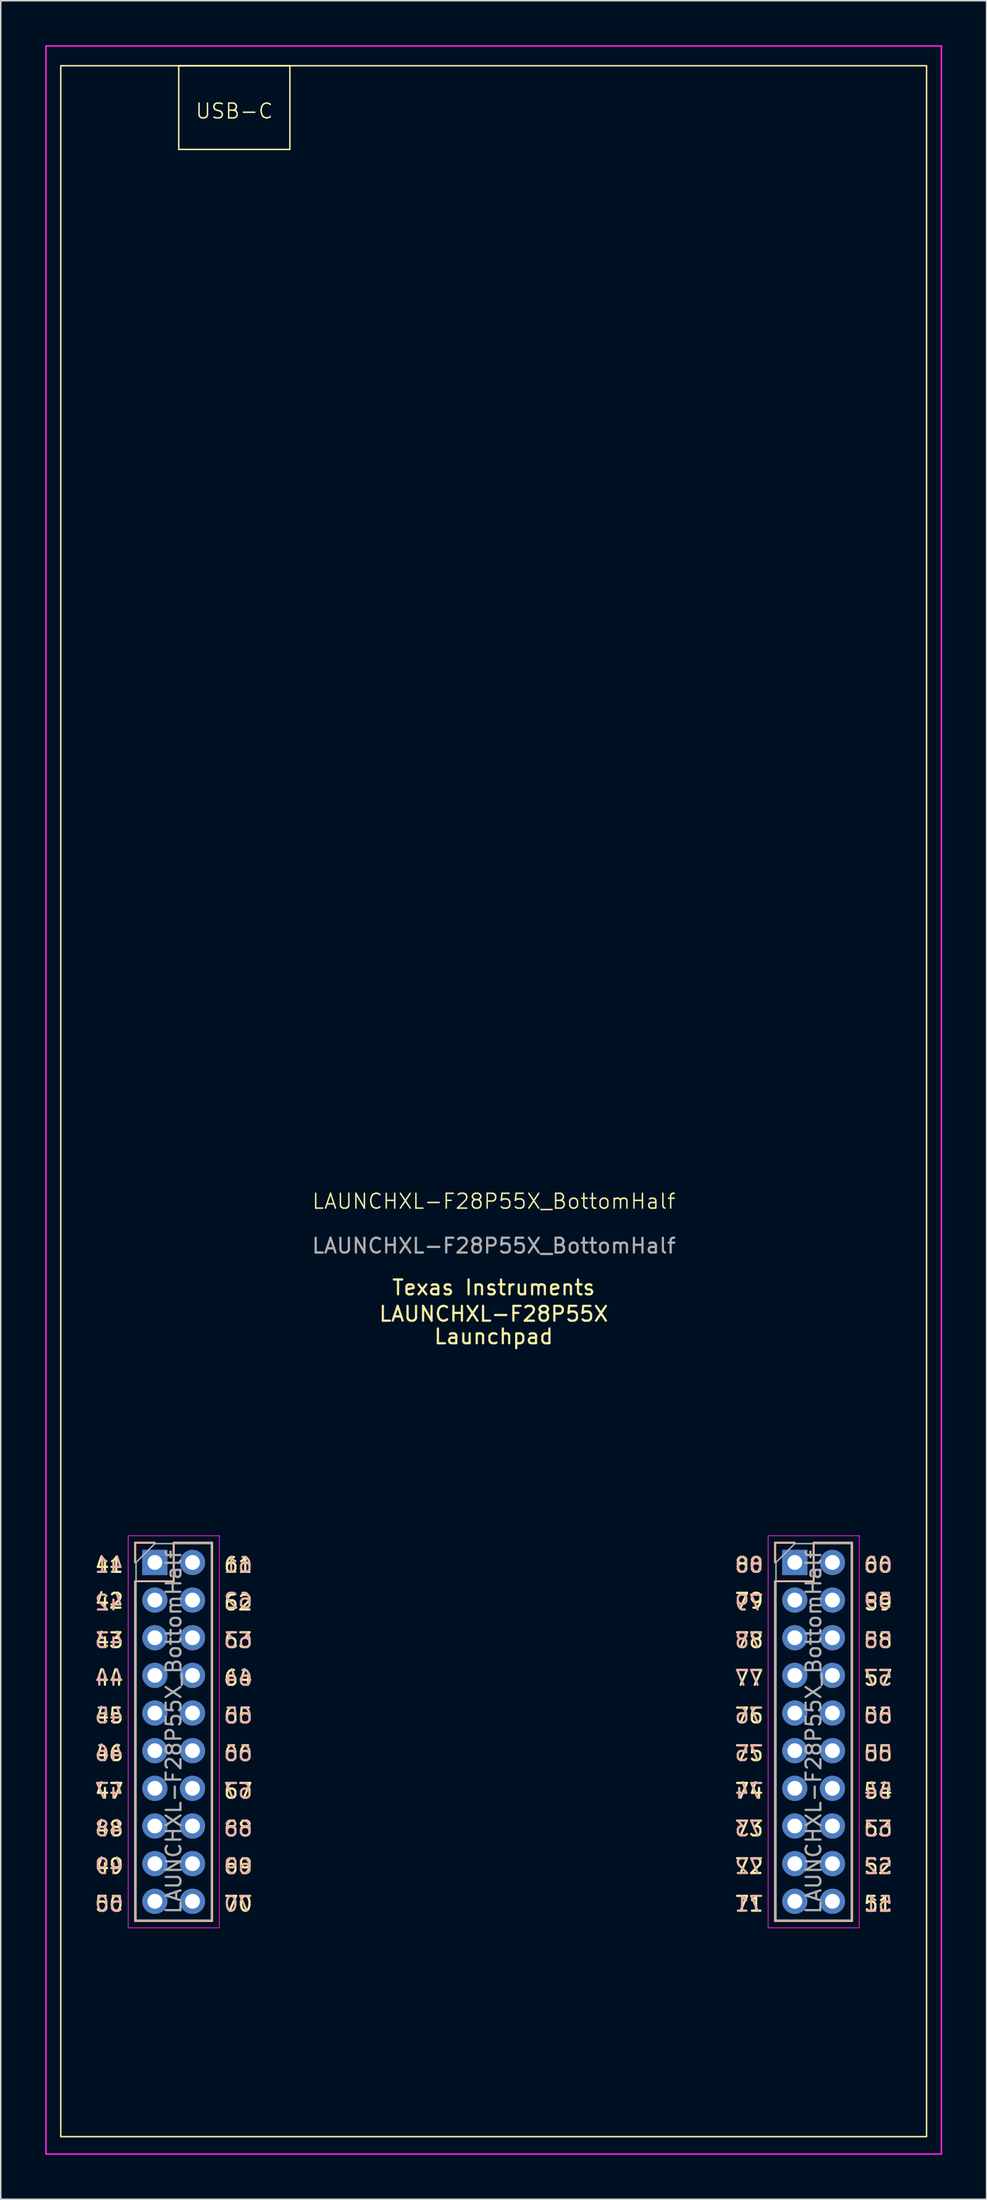
<source format=kicad_pcb>
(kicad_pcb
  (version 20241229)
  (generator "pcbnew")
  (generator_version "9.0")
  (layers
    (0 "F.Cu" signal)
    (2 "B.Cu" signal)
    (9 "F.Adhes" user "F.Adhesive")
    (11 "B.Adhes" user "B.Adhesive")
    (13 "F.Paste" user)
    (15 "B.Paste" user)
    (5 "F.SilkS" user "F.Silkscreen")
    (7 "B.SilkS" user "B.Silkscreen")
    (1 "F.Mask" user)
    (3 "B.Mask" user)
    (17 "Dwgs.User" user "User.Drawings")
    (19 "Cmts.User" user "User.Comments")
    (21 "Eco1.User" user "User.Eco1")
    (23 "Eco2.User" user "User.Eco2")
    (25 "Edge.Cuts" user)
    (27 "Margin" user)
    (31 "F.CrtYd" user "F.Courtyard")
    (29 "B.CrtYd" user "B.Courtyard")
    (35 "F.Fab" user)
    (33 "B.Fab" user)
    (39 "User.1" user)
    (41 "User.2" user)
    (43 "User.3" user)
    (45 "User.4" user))
  (footprint "LAUNCHXL-F28P55X_BottomHalf"
    (layer "F.Cu")
    (at 30.26 82.03)
    (property "Reference" "LAUNCHXL-F28P55X_BottomHalf" (at 0.015 -4.04 0) (unlocked yes) (layer "F.SilkS") (effects (font (size 1 1) (thickness 0.1))))
    (attr through_hole)
    (fp_line (start -24.19 18.99) (end -22.86 18.99) (stroke (width 0.12) (type solid)) (layer "F.SilkS"))
    (fp_line (start -24.19 20.32) (end -24.19 18.99) (stroke (width 0.12) (type solid)) (layer "F.SilkS"))
    (fp_line (start -24.19 21.59) (end -24.19 44.51) (stroke (width 0.12) (type solid)) (layer "F.SilkS"))
    (fp_line (start -24.19 21.59) (end -21.59 21.59) (stroke (width 0.12) (type solid)) (layer "F.SilkS"))
    (fp_line (start -24.19 44.51) (end -18.99 44.51) (stroke (width 0.12) (type solid)) (layer "F.SilkS"))
    (fp_line (start -21.59 18.99) (end -18.99 18.99) (stroke (width 0.12) (type solid)) (layer "F.SilkS"))
    (fp_line (start -21.59 21.59) (end -21.59 18.99) (stroke (width 0.12) (type solid)) (layer "F.SilkS"))
    (fp_line (start -18.99 18.99) (end -18.99 44.51) (stroke (width 0.12) (type solid)) (layer "F.SilkS"))
    (fp_line (start 18.99 18.99) (end 20.32 18.99) (stroke (width 0.12) (type solid)) (layer "F.SilkS"))
    (fp_line (start 18.99 20.32) (end 18.99 18.99) (stroke (width 0.12) (type solid)) (layer "F.SilkS"))
    (fp_line (start 18.99 21.59) (end 18.99 44.51) (stroke (width 0.12) (type solid)) (layer "F.SilkS"))
    (fp_line (start 18.99 21.59) (end 21.59 21.59) (stroke (width 0.12) (type solid)) (layer "F.SilkS"))
    (fp_line (start 18.99 44.51) (end 24.19 44.51) (stroke (width 0.12) (type solid)) (layer "F.SilkS"))
    (fp_line (start 21.59 18.99) (end 24.19 18.99) (stroke (width 0.12) (type solid)) (layer "F.SilkS"))
    (fp_line (start 21.59 21.59) (end 21.59 18.99) (stroke (width 0.12) (type solid)) (layer "F.SilkS"))
    (fp_line (start 24.19 18.99) (end 24.19 44.51) (stroke (width 0.12) (type solid)) (layer "F.SilkS"))
    (fp_rect (start -29.21 59.055) (end 29.21 -80.645) (stroke (width 0.1) (type solid)) (fill no) (layer "F.SilkS"))
    (fp_rect (start -21.25 -80.645) (end -13.75 -75) (stroke (width 0.1) (type solid)) (fill no) (layer "F.SilkS"))
    (fp_line (start -24.19 18.99) (end -24.19 20.32) (stroke (width 0.12) (type solid)) (layer "B.SilkS"))
    (fp_line (start -24.19 44.51) (end -24.19 21.59) (stroke (width 0.12) (type solid)) (layer "B.SilkS"))
    (fp_line (start -22.86 18.99) (end -24.19 18.99) (stroke (width 0.12) (type solid)) (layer "B.SilkS"))
    (fp_line (start -21.59 18.99) (end -21.59 21.59) (stroke (width 0.12) (type solid)) (layer "B.SilkS"))
    (fp_line (start -21.59 21.59) (end -24.19 21.59) (stroke (width 0.12) (type solid)) (layer "B.SilkS"))
    (fp_line (start -18.99 18.99) (end -21.59 18.99) (stroke (width 0.12) (type solid)) (layer "B.SilkS"))
    (fp_line (start -18.99 44.51) (end -24.19 44.51) (stroke (width 0.12) (type solid)) (layer "B.SilkS"))
    (fp_line (start -18.99 44.51) (end -18.99 18.99) (stroke (width 0.12) (type solid)) (layer "B.SilkS"))
    (fp_line (start 18.99 18.99) (end 18.99 20.32) (stroke (width 0.12) (type solid)) (layer "B.SilkS"))
    (fp_line (start 18.99 44.51) (end 18.99 21.59) (stroke (width 0.12) (type solid)) (layer "B.SilkS"))
    (fp_line (start 20.32 18.99) (end 18.99 18.99) (stroke (width 0.12) (type solid)) (layer "B.SilkS"))
    (fp_line (start 21.59 18.99) (end 21.59 21.59) (stroke (width 0.12) (type solid)) (layer "B.SilkS"))
    (fp_line (start 21.59 21.59) (end 18.99 21.59) (stroke (width 0.12) (type solid)) (layer "B.SilkS"))
    (fp_line (start 24.19 18.99) (end 21.59 18.99) (stroke (width 0.12) (type solid)) (layer "B.SilkS"))
    (fp_line (start 24.19 44.51) (end 18.99 44.51) (stroke (width 0.12) (type solid)) (layer "B.SilkS"))
    (fp_line (start 24.19 44.51) (end 24.19 18.99) (stroke (width 0.12) (type solid)) (layer "B.SilkS"))
    (fp_line (start -24.66 18.52) (end -24.66 44.97) (stroke (width 0.05) (type solid)) (layer "F.CrtYd"))
    (fp_line (start -24.66 44.97) (end -18.51 44.97) (stroke (width 0.05) (type solid)) (layer "F.CrtYd"))
    (fp_line (start -18.51 18.52) (end -24.66 18.52) (stroke (width 0.05) (type solid)) (layer "F.CrtYd"))
    (fp_line (start -18.51 44.97) (end -18.51 18.52) (stroke (width 0.05) (type solid)) (layer "F.CrtYd"))
    (fp_line (start 18.52 18.52) (end 18.52 44.97) (stroke (width 0.05) (type solid)) (layer "F.CrtYd"))
    (fp_line (start 18.52 44.97) (end 24.67 44.97) (stroke (width 0.05) (type solid)) (layer "F.CrtYd"))
    (fp_line (start 24.67 18.52) (end 18.52 18.52) (stroke (width 0.05) (type solid)) (layer "F.CrtYd"))
    (fp_line (start 24.67 44.97) (end 24.67 18.52) (stroke (width 0.05) (type solid)) (layer "F.CrtYd"))
    (fp_rect (start -30.21 60.23) (end 30.21 -81.98) (stroke (width 0.1) (type solid)) (fill no) (layer "F.CrtYd"))
    (fp_line (start -24.13 20.32) (end -22.86 19.05) (stroke (width 0.1) (type solid)) (layer "F.Fab"))
    (fp_line (start -24.13 44.45) (end -24.13 20.32) (stroke (width 0.1) (type solid)) (layer "F.Fab"))
    (fp_line (start -22.86 19.05) (end -19.05 19.05) (stroke (width 0.1) (type solid)) (layer "F.Fab"))
    (fp_line (start -19.05 19.05) (end -19.05 44.45) (stroke (width 0.1) (type solid)) (layer "F.Fab"))
    (fp_line (start -19.05 44.45) (end -24.13 44.45) (stroke (width 0.1) (type solid)) (layer "F.Fab"))
    (fp_line (start 19.05 20.32) (end 20.32 19.05) (stroke (width 0.1) (type solid)) (layer "F.Fab"))
    (fp_line (start 19.05 44.45) (end 19.05 20.32) (stroke (width 0.1) (type solid)) (layer "F.Fab"))
    (fp_line (start 20.32 19.05) (end 24.13 19.05) (stroke (width 0.1) (type solid)) (layer "F.Fab"))
    (fp_line (start 24.13 19.05) (end 24.13 44.45) (stroke (width 0.1) (type solid)) (layer "F.Fab"))
    (fp_line (start 24.13 44.45) (end 19.05 44.45) (stroke (width 0.1) (type solid)) (layer "F.Fab"))
    (fp_text user "50" (at -24.892 43.942 0) (unlocked yes) (layer "F.SilkS") (effects (font (size 1 1) (thickness 0.15)) (justify right bottom)))
    (fp_text user "Texas Instruments" (at 0 1.778 0) (unlocked yes) (layer "F.SilkS") (effects (font (size 1 1) (thickness 0.15))))
    (fp_text user "LAUNCHXL-F28P55X" (at 0 3.556 0) (unlocked yes) (layer "F.SilkS") (effects (font (size 1 1) (thickness 0.15))))
    (fp_text user "68" (at -18.288 38.862 0) (unlocked yes) (layer "F.SilkS") (effects (font (size 1 1) (thickness 0.15)) (justify left bottom)))
    (fp_text user "67" (at -18.288 36.322 0) (unlocked yes) (layer "F.SilkS") (effects (font (size 1 1) (thickness 0.15)) (justify left bottom)))
    (fp_text user "53" (at 24.892 38.862 0) (unlocked yes) (layer "F.SilkS") (effects (font (size 1 1) (thickness 0.15)) (justify left bottom)))
    (fp_text user "42" (at -24.892 23.5 0) (unlocked yes) (layer "F.SilkS") (effects (font (size 1 1) (thickness 0.15)) (justify right bottom)))
    (fp_text user "72" (at 18.288 41.402 0) (unlocked yes) (layer "F.SilkS") (effects (font (size 1 1) (thickness 0.15)) (justify right bottom)))
    (fp_text user "77" (at 18.288 28.702 0) (unlocked yes) (layer "F.SilkS") (effects (font (size 1 1) (thickness 0.15)) (justify right bottom)))
    (fp_text user "54" (at 24.892 36.322 0) (unlocked yes) (layer "F.SilkS") (effects (font (size 1 1) (thickness 0.15)) (justify left bottom)))
    (fp_text user "61" (at -18.288 21.082 0) (unlocked yes) (layer "F.SilkS") (effects (font (size 1 1) (thickness 0.15)) (justify left bottom)))
    (fp_text user "46" (at -24.892 33.782 0) (unlocked yes) (layer "F.SilkS") (effects (font (size 1 1) (thickness 0.15)) (justify right bottom)))
    (fp_text user "58" (at 24.892 26.162 0) (unlocked yes) (layer "F.SilkS") (effects (font (size 1 1) (thickness 0.15)) (justify left bottom)))
    (fp_text user "USB-C" (at -17.5 -77 0) (unlocked yes) (layer "F.SilkS") (effects (font (size 1 1) (thickness 0.1)) (justify bottom)))
    (fp_text user "43" (at -24.892 26.162 0) (unlocked yes) (layer "F.SilkS") (effects (font (size 1 1) (thickness 0.15)) (justify right bottom)))
    (fp_text user "47" (at -24.892 36.322 0) (unlocked yes) (layer "F.SilkS") (effects (font (size 1 1) (thickness 0.15)) (justify right bottom)))
    (fp_text user "Launchpad" (at 0 5.08 0) (unlocked yes) (layer "F.SilkS") (effects (font (size 1 1) (thickness 0.15))))
    (fp_text user "79" (at 18.288 23.5 0) (unlocked yes) (layer "F.SilkS") (effects (font (size 1 1) (thickness 0.15)) (justify right bottom)))
    (fp_text user "65" (at -18.288 31.242 0) (unlocked yes) (layer "F.SilkS") (effects (font (size 1 1) (thickness 0.15)) (justify left bottom)))
    (fp_text user "52" (at 24.892 41.402 0) (unlocked yes) (layer "F.SilkS") (effects (font (size 1 1) (thickness 0.15)) (justify left bottom)))
    (fp_text user "62" (at -18.288 23.622 0) (unlocked yes) (layer "F.SilkS") (effects (font (size 1 1) (thickness 0.15)) (justify left bottom)))
    (fp_text user "59" (at 24.892 23.622 0) (unlocked yes) (layer "F.SilkS") (effects (font (size 1 1) (thickness 0.15)) (justify left bottom)))
    (fp_text user "78" (at 18.288 26.162 0) (unlocked yes) (layer "F.SilkS") (effects (font (size 1 1) (thickness 0.15)) (justify right bottom)))
    (fp_text user "64" (at -18.288 28.702 0) (unlocked yes) (layer "F.SilkS") (effects (font (size 1 1) (thickness 0.15)) (justify left bottom)))
    (fp_text user "76" (at 18.288 31.242 0) (unlocked yes) (layer "F.SilkS") (effects (font (size 1 1) (thickness 0.15)) (justify right bottom)))
    (fp_text user "73" (at 18.288 38.862 0) (unlocked yes) (layer "F.SilkS") (effects (font (size 1 1) (thickness 0.15)) (justify right bottom)))
    (fp_text user "66" (at -18.288 33.782 0) (unlocked yes) (layer "F.SilkS") (effects (font (size 1 1) (thickness 0.15)) (justify left bottom)))
    (fp_text user "74" (at 18.288 36.322 0) (unlocked yes) (layer "F.SilkS") (effects (font (size 1 1) (thickness 0.15)) (justify right bottom)))
    (fp_text user "55" (at 24.892 33.782 0) (unlocked yes) (layer "F.SilkS") (effects (font (size 1 1) (thickness 0.15)) (justify left bottom)))
    (fp_text user "69" (at -18.288 41.402 0) (unlocked yes) (layer "F.SilkS") (effects (font (size 1 1) (thickness 0.15)) (justify left bottom)))
    (fp_text user "44" (at -24.892 28.702 0) (unlocked yes) (layer "F.SilkS") (effects (font (size 1 1) (thickness 0.15)) (justify right bottom)))
    (fp_text user "63" (at -18.288 26.162 0) (unlocked yes) (layer "F.SilkS") (effects (font (size 1 1) (thickness 0.15)) (justify left bottom)))
    (fp_text user "48" (at -24.892 38.862 0) (unlocked yes) (layer "F.SilkS") (effects (font (size 1 1) (thickness 0.15)) (justify right bottom)))
    (fp_text user "80" (at 18.288 21.082 0) (unlocked yes) (layer "F.SilkS") (effects (font (size 1 1) (thickness 0.15)) (justify right bottom)))
    (fp_text user "75" (at 18.288 33.782 0) (unlocked yes) (layer "F.SilkS") (effects (font (size 1 1) (thickness 0.15)) (justify right bottom)))
    (fp_text user "70" (at -18.288 43.942 0) (unlocked yes) (layer "F.SilkS") (effects (font (size 1 1) (thickness 0.15)) (justify left bottom)))
    (fp_text user "51" (at 24.892 43.942 0) (unlocked yes) (layer "F.SilkS") (effects (font (size 1 1) (thickness 0.15)) (justify left bottom)))
    (fp_text user "41" (at -24.892 21.082 0) (unlocked yes) (layer "F.SilkS") (effects (font (size 1 1) (thickness 0.15)) (justify right bottom)))
    (fp_text user "71" (at 18.288 43.942 0) (unlocked yes) (layer "F.SilkS") (effects (font (size 1 1) (thickness 0.15)) (justify right bottom)))
    (fp_text user "57" (at 24.892 28.702 0) (unlocked yes) (layer "F.SilkS") (effects (font (size 1 1) (thickness 0.15)) (justify left bottom)))
    (fp_text user "49" (at -24.892 41.402 0) (unlocked yes) (layer "F.SilkS") (effects (font (size 1 1) (thickness 0.15)) (justify right bottom)))
    (fp_text user "60" (at 24.892 21.082 0) (unlocked yes) (layer "F.SilkS") (effects (font (size 1 1) (thickness 0.15)) (justify left bottom)))
    (fp_text user "45" (at -24.892 31.242 0) (unlocked yes) (layer "F.SilkS") (effects (font (size 1 1) (thickness 0.15)) (justify right bottom)))
    (fp_text user "56" (at 24.892 31.242 0) (unlocked yes) (layer "F.SilkS") (effects (font (size 1 1) (thickness 0.15)) (justify left bottom)))
    (fp_text user "60" (at 24.892 21.082 0) (unlocked yes) (layer "B.SilkS") (effects (font (size 1 1) (thickness 0.15)) (justify right bottom mirror)))
    (fp_text user "73" (at 18.288 38.862 0) (unlocked yes) (layer "B.SilkS") (effects (font (size 1 1) (thickness 0.15)) (justify left bottom mirror)))
    (fp_text user "41" (at -24.892 21.082 0) (unlocked yes) (layer "B.SilkS") (effects (font (size 1 1) (thickness 0.15)) (justify left bottom mirror)))
    (fp_text user "71" (at 18.288 43.942 0) (unlocked yes) (layer "B.SilkS") (effects (font (size 1 1) (thickness 0.15)) (justify left bottom mirror)))
    (fp_text user "76" (at 18.288 31.242 0) (unlocked yes) (layer "B.SilkS") (effects (font (size 1 1) (thickness 0.15)) (justify left bottom mirror)))
    (fp_text user "65" (at -18.288 31.242 0) (unlocked yes) (layer "B.SilkS") (effects (font (size 1 1) (thickness 0.15)) (justify right bottom mirror)))
    (fp_text user "78" (at 18.288 26.162 0) (unlocked yes) (layer "B.SilkS") (effects (font (size 1 1) (thickness 0.15)) (justify left bottom mirror)))
    (fp_text user "66" (at -18.288 33.782 0) (unlocked yes) (layer "B.SilkS") (effects (font (size 1 1) (thickness 0.15)) (justify right bottom mirror)))
    (fp_text user "61" (at -18.288 21.082 0) (unlocked yes) (layer "B.SilkS") (effects (font (size 1 1) (thickness 0.15)) (justify right bottom mirror)))
    (fp_text user "63" (at -18.288 26.162 0) (unlocked yes) (layer "B.SilkS") (effects (font (size 1 1) (thickness 0.15)) (justify right bottom mirror)))
    (fp_text user "77" (at 18.288 28.702 0) (unlocked yes) (layer "B.SilkS") (effects (font (size 1 1) (thickness 0.15)) (justify left bottom mirror)))
    (fp_text user "44" (at -24.892 28.702 0) (unlocked yes) (layer "B.SilkS") (effects (font (size 1 1) (thickness 0.15)) (justify left bottom mirror)))
    (fp_text user "49" (at -24.892 41.402 0) (unlocked yes) (layer "B.SilkS") (effects (font (size 1 1) (thickness 0.15)) (justify left bottom mirror)))
    (fp_text user "70" (at -18.288 43.942 0) (unlocked yes) (layer "B.SilkS") (effects (font (size 1 1) (thickness 0.15)) (justify right bottom mirror)))
    (fp_text user "53" (at 24.892 38.862 0) (unlocked yes) (layer "B.SilkS") (effects (font (size 1 1) (thickness 0.15)) (justify right bottom mirror)))
    (fp_text user "43" (at -24.892 26.162 0) (unlocked yes) (layer "B.SilkS") (effects (font (size 1 1) (thickness 0.15)) (justify left bottom mirror)))
    (fp_text user "45" (at -24.892 31.242 0) (unlocked yes) (layer "B.SilkS") (effects (font (size 1 1) (thickness 0.15)) (justify left bottom mirror)))
    (fp_text user "50" (at -24.892 43.942 0) (unlocked yes) (layer "B.SilkS") (effects (font (size 1 1) (thickness 0.15)) (justify left bottom mirror)))
    (fp_text user "74" (at 18.288 36.322 0) (unlocked yes) (layer "B.SilkS") (effects (font (size 1 1) (thickness 0.15)) (justify left bottom mirror)))
    (fp_text user "54" (at 24.892 36.322 0) (unlocked yes) (layer "B.SilkS") (effects (font (size 1 1) (thickness 0.15)) (justify right bottom mirror)))
    (fp_text user "51" (at 24.892 43.942 0) (unlocked yes) (layer "B.SilkS") (effects (font (size 1 1) (thickness 0.15)) (justify right bottom mirror)))
    (fp_text user "59" (at 24.892 23.5 0) (unlocked yes) (layer "B.SilkS") (effects (font (size 1 1) (thickness 0.15)) (justify right bottom mirror)))
    (fp_text user "52" (at 24.892 41.402 0) (unlocked yes) (layer "B.SilkS") (effects (font (size 1 1) (thickness 0.15)) (justify right bottom mirror)))
    (fp_text user "79" (at 18.288 23.622 0) (unlocked yes) (layer "B.SilkS") (effects (font (size 1 1) (thickness 0.15)) (justify left bottom mirror)))
    (fp_text user "69" (at -18.288 41.402 0) (unlocked yes) (layer "B.SilkS") (effects (font (size 1 1) (thickness 0.15)) (justify right bottom mirror)))
    (fp_text user "75" (at 18.288 33.782 0) (unlocked yes) (layer "B.SilkS") (effects (font (size 1 1) (thickness 0.15)) (justify left bottom mirror)))
    (fp_text user "55" (at 24.892 33.782 0) (unlocked yes) (layer "B.SilkS") (effects (font (size 1 1) (thickness 0.15)) (justify right bottom mirror)))
    (fp_text user "57" (at 24.892 28.702 0) (unlocked yes) (layer "B.SilkS") (effects (font (size 1 1) (thickness 0.15)) (justify right bottom mirror)))
    (fp_text user "67" (at -18.288 36.322 0) (unlocked yes) (layer "B.SilkS") (effects (font (size 1 1) (thickness 0.15)) (justify right bottom mirror)))
    (fp_text user "42" (at -24.892 23.622 0) (unlocked yes) (layer "B.SilkS") (effects (font (size 1 1) (thickness 0.15)) (justify left bottom mirror)))
    (fp_text user "68" (at -18.288 38.862 0) (unlocked yes) (layer "B.SilkS") (effects (font (size 1 1) (thickness 0.15)) (justify right bottom mirror)))
    (fp_text user "58" (at 24.892 26.162 0) (unlocked yes) (layer "B.SilkS") (effects (font (size 1 1) (thickness 0.15)) (justify right bottom mirror)))
    (fp_text user "72" (at 18.288 41.402 0) (unlocked yes) (layer "B.SilkS") (effects (font (size 1 1) (thickness 0.15)) (justify left bottom mirror)))
    (fp_text user "62" (at -18.288 23.5 0) (unlocked yes) (layer "B.SilkS") (effects (font (size 1 1) (thickness 0.15)) (justify right bottom mirror)))
    (fp_text user "48" (at -24.892 38.862 0) (unlocked yes) (layer "B.SilkS") (effects (font (size 1 1) (thickness 0.15)) (justify left bottom mirror)))
    (fp_text user "80" (at 18.288 21.082 0) (unlocked yes) (layer "B.SilkS") (effects (font (size 1 1) (thickness 0.15)) (justify left bottom mirror)))
    (fp_text user "64" (at -18.288 28.702 0) (unlocked yes) (layer "B.SilkS") (effects (font (size 1 1) (thickness 0.15)) (justify right bottom mirror)))
    (fp_text user "56" (at 24.892 31.242 0) (unlocked yes) (layer "B.SilkS") (effects (font (size 1 1) (thickness 0.15)) (justify right bottom mirror)))
    (fp_text user "47" (at -24.892 36.322 0) (unlocked yes) (layer "B.SilkS") (effects (font (size 1 1) (thickness 0.15)) (justify left bottom mirror)))
    (fp_text user "46" (at -24.892 33.782 0) (unlocked yes) (layer "B.SilkS") (effects (font (size 1 1) (thickness 0.15)) (justify left bottom mirror)))
    (fp_text user "${REFERENCE}" (at 21.59 31.75 270) (layer "F.Fab") (effects (font (size 1 1) (thickness 0.15))))
    (fp_text user "${REFERENCE}" (at 0.015 -1.04 0) (unlocked yes) (layer "F.Fab") (effects (font (size 1 1) (thickness 0.15))))
    (fp_text user "${REFERENCE}" (at -21.59 31.75 270) (layer "F.Fab") (effects (font (size 1 1) (thickness 0.15))))
    (pad "41" thru_hole rect (at -22.86 20.32) (size 1.7 1.7) (drill 1) (layers "*.Cu" "*.Mask"))
    (pad "42" thru_hole oval (at -22.86 22.86) (size 1.7 1.7) (drill 1) (layers "*.Cu" "*.Mask"))
    (pad "43" thru_hole oval (at -22.86 25.4) (size 1.7 1.7) (drill 1) (layers "*.Cu" "*.Mask"))
    (pad "44" thru_hole oval (at -22.86 27.94) (size 1.7 1.7) (drill 1) (layers "*.Cu" "*.Mask"))
    (pad "45" thru_hole oval (at -22.86 30.48) (size 1.7 1.7) (drill 1) (layers "*.Cu" "*.Mask"))
    (pad "46" thru_hole oval (at -22.86 33.02) (size 1.7 1.7) (drill 1) (layers "*.Cu" "*.Mask"))
    (pad "47" thru_hole oval (at -22.86 35.56) (size 1.7 1.7) (drill 1) (layers "*.Cu" "*.Mask"))
    (pad "48" thru_hole oval (at -22.86 38.1) (size 1.7 1.7) (drill 1) (layers "*.Cu" "*.Mask"))
    (pad "49" thru_hole oval (at -22.86 40.64) (size 1.7 1.7) (drill 1) (layers "*.Cu" "*.Mask"))
    (pad "50" thru_hole oval (at -22.86 43.18) (size 1.7 1.7) (drill 1) (layers "*.Cu" "*.Mask"))
    (pad "51" thru_hole oval (at 22.86 43.18) (size 1.7 1.7) (drill 1) (layers "*.Cu" "*.Mask"))
    (pad "52" thru_hole oval (at 22.86 40.64) (size 1.7 1.7) (drill 1) (layers "*.Cu" "*.Mask"))
    (pad "53" thru_hole oval (at 22.86 38.1) (size 1.7 1.7) (drill 1) (layers "*.Cu" "*.Mask"))
    (pad "54" thru_hole oval (at 22.86 35.56) (size 1.7 1.7) (drill 1) (layers "*.Cu" "*.Mask"))
    (pad "55" thru_hole oval (at 22.86 33.02) (size 1.7 1.7) (drill 1) (layers "*.Cu" "*.Mask"))
    (pad "56" thru_hole oval (at 22.86 30.48) (size 1.7 1.7) (drill 1) (layers "*.Cu" "*.Mask"))
    (pad "57" thru_hole oval (at 22.86 27.94) (size 1.7 1.7) (drill 1) (layers "*.Cu" "*.Mask"))
    (pad "58" thru_hole oval (at 22.86 25.4) (size 1.7 1.7) (drill 1) (layers "*.Cu" "*.Mask"))
    (pad "59" thru_hole oval (at 22.86 22.86) (size 1.7 1.7) (drill 1) (layers "*.Cu" "*.Mask"))
    (pad "60" thru_hole oval (at 22.86 20.32) (size 1.7 1.7) (drill 1) (layers "*.Cu" "*.Mask"))
    (pad "61" thru_hole oval (at -20.32 20.32) (size 1.7 1.7) (drill 1) (layers "*.Cu" "*.Mask"))
    (pad "62" thru_hole oval (at -20.32 22.86) (size 1.7 1.7) (drill 1) (layers "*.Cu" "*.Mask"))
    (pad "63" thru_hole oval (at -20.32 25.4) (size 1.7 1.7) (drill 1) (layers "*.Cu" "*.Mask"))
    (pad "64" thru_hole oval (at -20.32 27.94) (size 1.7 1.7) (drill 1) (layers "*.Cu" "*.Mask"))
    (pad "65" thru_hole oval (at -20.32 30.48) (size 1.7 1.7) (drill 1) (layers "*.Cu" "*.Mask"))
    (pad "66" thru_hole oval (at -20.32 33.02) (size 1.7 1.7) (drill 1) (layers "*.Cu" "*.Mask"))
    (pad "67" thru_hole oval (at -20.32 35.56) (size 1.7 1.7) (drill 1) (layers "*.Cu" "*.Mask"))
    (pad "68" thru_hole oval (at -20.32 38.1) (size 1.7 1.7) (drill 1) (layers "*.Cu" "*.Mask"))
    (pad "69" thru_hole oval (at -20.32 40.64) (size 1.7 1.7) (drill 1) (layers "*.Cu" "*.Mask"))
    (pad "70" thru_hole oval (at -20.32 43.18) (size 1.7 1.7) (drill 1) (layers "*.Cu" "*.Mask"))
    (pad "71" thru_hole oval (at 20.32 43.18) (size 1.7 1.7) (drill 1) (layers "*.Cu" "*.Mask"))
    (pad "72" thru_hole oval (at 20.32 40.64) (size 1.7 1.7) (drill 1) (layers "*.Cu" "*.Mask"))
    (pad "73" thru_hole oval (at 20.32 38.1) (size 1.7 1.7) (drill 1) (layers "*.Cu" "*.Mask"))
    (pad "74" thru_hole oval (at 20.32 35.56) (size 1.7 1.7) (drill 1) (layers "*.Cu" "*.Mask"))
    (pad "75" thru_hole oval (at 20.32 33.02) (size 1.7 1.7) (drill 1) (layers "*.Cu" "*.Mask"))
    (pad "76" thru_hole oval (at 20.32 30.48) (size 1.7 1.7) (drill 1) (layers "*.Cu" "*.Mask"))
    (pad "77" thru_hole oval (at 20.32 27.94) (size 1.7 1.7) (drill 1) (layers "*.Cu" "*.Mask"))
    (pad "78" thru_hole oval (at 20.32 25.4) (size 1.7 1.7) (drill 1) (layers "*.Cu" "*.Mask"))
    (pad "79" thru_hole oval (at 20.32 22.86) (size 1.7 1.7) (drill 1) (layers "*.Cu" "*.Mask"))
    (pad "80" thru_hole rect (at 20.32 20.32) (size 1.7 1.7) (drill 1) (layers "*.Cu" "*.Mask")))
  (gr_rect
    (start -3 -3)
    (end 63.52 145.31)
    (stroke (width 0.1) (type default))
    (fill no)
    (layer "Edge.Cuts")))
</source>
